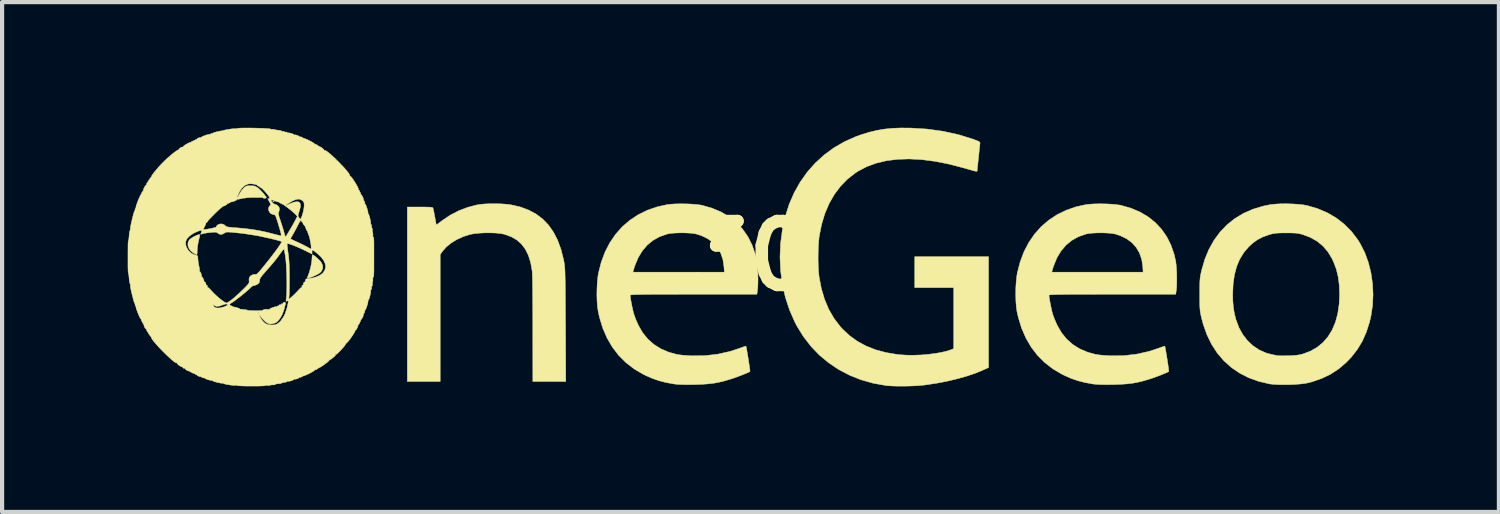
<source format=kicad_pcb>
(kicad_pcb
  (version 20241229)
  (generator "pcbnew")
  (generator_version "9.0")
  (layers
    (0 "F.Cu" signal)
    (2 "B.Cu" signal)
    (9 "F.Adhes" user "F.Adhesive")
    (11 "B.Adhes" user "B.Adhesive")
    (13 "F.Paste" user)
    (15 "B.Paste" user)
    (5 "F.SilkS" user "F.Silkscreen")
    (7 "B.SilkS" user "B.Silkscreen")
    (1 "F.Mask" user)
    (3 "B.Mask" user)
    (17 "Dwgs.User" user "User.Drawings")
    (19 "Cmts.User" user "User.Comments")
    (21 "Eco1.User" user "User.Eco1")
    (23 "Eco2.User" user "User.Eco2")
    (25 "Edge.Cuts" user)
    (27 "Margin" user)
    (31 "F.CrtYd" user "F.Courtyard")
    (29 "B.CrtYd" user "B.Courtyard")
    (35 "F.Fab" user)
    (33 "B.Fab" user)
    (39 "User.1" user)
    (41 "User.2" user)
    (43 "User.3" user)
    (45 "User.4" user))
  (footprint "30"
    (layer "F.Cu")
    (at 14.848 3.063)
    (property "Reference" "30" (at 0 0 0) (layer "F.SilkS") (effects (font (size 1.524 1.524) (thickness 0.3))))
    (attr through_hole)
    (fp_poly (pts (xy -11.35 -1.308) (xy -11.355 -1.3) (xy -11.371 -1.299) (xy -11.388 -1.303) (xy -11.381 -1.309) (xy -11.356 -1.311) (xy -11.35 -1.308)) (stroke (width 0.01) (type solid)) (fill yes) (layer "F.SilkS"))
    (fp_poly (pts (xy -13.125 -0.506) (xy -13.128 -0.488) (xy -13.137 -0.447) (xy -13.151 -0.39) (xy -13.157 -0.366) (xy -13.172 -0.288) (xy -13.184 -0.207) (xy -13.189 -0.139) (xy -13.189 -0.132) (xy -13.19 -0.08) (xy -13.195 -0.044) (xy -13.201 -0.032) (xy -13.221 -0.04) (xy -13.257 -0.059) (xy -13.28 -0.072) (xy -13.346 -0.125) (xy -13.391 -0.189) (xy -13.412 -0.257) (xy -13.409 -0.324) (xy -13.38 -0.383) (xy -13.373 -0.391) (xy -13.34 -0.419) (xy -13.294 -0.449) (xy -13.243 -0.476) (xy -13.194 -0.498) (xy -13.153 -0.511) (xy -13.129 -0.512) (xy -13.125 -0.506)) (stroke (width 0.01) (type solid)) (fill yes) (layer "F.SilkS"))
    (fp_poly (pts (xy -10.414 -0.021) (xy -10.376 0.006) (xy -10.332 0.043) (xy -10.287 0.085) (xy -10.249 0.124) (xy -10.233 0.143) (xy -10.197 0.215) (xy -10.191 0.286) (xy -10.217 0.353) (xy -10.246 0.389) (xy -10.278 0.414) (xy -10.326 0.442) (xy -10.383 0.47) (xy -10.441 0.495) (xy -10.494 0.515) (xy -10.535 0.526) (xy -10.558 0.526) (xy -10.561 0.521) (xy -10.555 0.502) (xy -10.541 0.465) (xy -10.536 0.452) (xy -10.511 0.381) (xy -10.487 0.294) (xy -10.467 0.201) (xy -10.453 0.116) (xy -10.449 0.052) (xy -10.446 0.005) (xy -10.441 -0.025) (xy -10.436 -0.032) (xy -10.414 -0.021)) (stroke (width 0.01) (type solid)) (fill yes) (layer "F.SilkS"))
    (fp_poly (pts (xy -5.94 -1.246) (xy -5.816 -1.238) (xy -5.713 -1.226) (xy -5.704 -1.224) (xy -5.481 -1.174) (xy -5.28 -1.1) (xy -5.1 -1.004) (xy -4.94 -0.883) (xy -4.801 -0.739) (xy -4.683 -0.57) (xy -4.583 -0.376) (xy -4.503 -0.157) (xy -4.442 0.088) (xy -4.435 0.12) (xy -4.429 0.152) (xy -4.424 0.185) (xy -4.42 0.219) (xy -4.416 0.257) (xy -4.412 0.302) (xy -4.409 0.355) (xy -4.407 0.42) (xy -4.405 0.498) (xy -4.403 0.591) (xy -4.401 0.703) (xy -4.4 0.835) (xy -4.399 0.989) (xy -4.398 1.169) (xy -4.397 1.375) (xy -4.396 1.611) (xy -4.395 1.647) (xy -4.389 2.997) (xy -5.176 2.997) (xy -5.177 1.735) (xy -5.177 1.525) (xy -5.178 1.325) (xy -5.179 1.137) (xy -5.18 0.962) (xy -5.181 0.804) (xy -5.183 0.666) (xy -5.185 0.549) (xy -5.188 0.456) (xy -5.19 0.391) (xy -5.192 0.354) (xy -5.193 0.354) (xy -5.228 0.157) (xy -5.282 -0.015) (xy -5.354 -0.161) (xy -5.445 -0.283) (xy -5.556 -0.382) (xy -5.688 -0.459) (xy -5.842 -0.515) (xy -5.874 -0.524) (xy -5.963 -0.54) (xy -6.075 -0.55) (xy -6.201 -0.554) (xy -6.333 -0.553) (xy -6.461 -0.546) (xy -6.577 -0.534) (xy -6.672 -0.516) (xy -6.675 -0.516) (xy -6.837 -0.464) (xy -6.989 -0.395) (xy -7.126 -0.311) (xy -7.242 -0.216) (xy -7.333 -0.113) (xy -7.34 -0.104) (xy -7.388 -0.034) (xy -7.388 2.997) (xy -8.173 2.997) (xy -8.173 -1.17) (xy -7.869 -1.17) (xy -7.763 -1.17) (xy -7.685 -1.169) (xy -7.629 -1.167) (xy -7.593 -1.163) (xy -7.572 -1.158) (xy -7.562 -1.15) (xy -7.558 -1.142) (xy -7.552 -1.115) (xy -7.541 -1.065) (xy -7.528 -0.998) (xy -7.515 -0.928) (xy -7.481 -0.741) (xy -7.334 -0.852) (xy -7.147 -0.977) (xy -6.944 -1.082) (xy -6.732 -1.163) (xy -6.52 -1.219) (xy -6.435 -1.233) (xy -6.332 -1.243) (xy -6.208 -1.248) (xy -6.074 -1.249) (xy -5.94 -1.246)) (stroke (width 0.01) (type solid)) (fill yes) (layer "F.SilkS"))
    (fp_poly (pts (xy 3.841 -3.056) (xy 3.845 -3.056) (xy 4.239 -3.032) (xy 4.62 -2.979) (xy 4.985 -2.899) (xy 5.334 -2.791) (xy 5.376 -2.775) (xy 5.439 -2.751) (xy 5.477 -2.733) (xy 5.496 -2.717) (xy 5.501 -2.7) (xy 5.501 -2.69) (xy 5.498 -2.663) (xy 5.492 -2.609) (xy 5.484 -2.535) (xy 5.475 -2.446) (xy 5.465 -2.353) (xy 5.455 -2.257) (xy 5.446 -2.173) (xy 5.439 -2.104) (xy 5.434 -2.056) (xy 5.433 -2.034) (xy 5.433 -2.034) (xy 5.432 -2.027) (xy 5.426 -2.023) (xy 5.412 -2.022) (xy 5.386 -2.027) (xy 5.344 -2.038) (xy 5.282 -2.055) (xy 5.196 -2.079) (xy 5.109 -2.104) (xy 4.76 -2.195) (xy 4.427 -2.261) (xy 4.11 -2.302) (xy 3.811 -2.318) (xy 3.529 -2.309) (xy 3.266 -2.276) (xy 3.021 -2.217) (xy 2.796 -2.134) (xy 2.59 -2.026) (xy 2.526 -1.985) (xy 2.337 -1.837) (xy 2.17 -1.666) (xy 2.024 -1.472) (xy 1.9 -1.256) (xy 1.798 -1.018) (xy 1.72 -0.761) (xy 1.664 -0.484) (xy 1.659 -0.45) (xy 1.648 -0.34) (xy 1.64 -0.207) (xy 1.636 -0.062) (xy 1.635 0.088) (xy 1.639 0.234) (xy 1.646 0.367) (xy 1.657 0.478) (xy 1.658 0.492) (xy 1.712 0.773) (xy 1.789 1.033) (xy 1.889 1.271) (xy 2.014 1.487) (xy 2.162 1.682) (xy 2.214 1.74) (xy 2.385 1.9) (xy 2.573 2.036) (xy 2.78 2.148) (xy 3.005 2.237) (xy 3.252 2.304) (xy 3.521 2.349) (xy 3.599 2.357) (xy 3.754 2.367) (xy 3.921 2.368) (xy 4.094 2.362) (xy 4.267 2.347) (xy 4.433 2.326) (xy 4.585 2.299) (xy 4.719 2.267) (xy 4.82 2.233) (xy 4.872 2.211) (xy 4.872 0.753) (xy 3.942 0.753) (xy 3.942 0.016) (xy 5.705 0.016) (xy 5.705 2.662) (xy 5.581 2.719) (xy 5.398 2.795) (xy 5.189 2.866) (xy 4.959 2.931) (xy 4.714 2.989) (xy 4.459 3.038) (xy 4.2 3.077) (xy 4.135 3.085) (xy 4.039 3.094) (xy 3.922 3.1) (xy 3.793 3.105) (xy 3.66 3.106) (xy 3.53 3.106) (xy 3.41 3.103) (xy 3.309 3.097) (xy 3.253 3.091) (xy 2.95 3.037) (xy 2.66 2.955) (xy 2.386 2.846) (xy 2.128 2.711) (xy 1.887 2.55) (xy 1.666 2.366) (xy 1.466 2.158) (xy 1.287 1.927) (xy 1.131 1.675) (xy 1.081 1.58) (xy 0.954 1.291) (xy 0.854 0.988) (xy 0.783 0.674) (xy 0.74 0.353) (xy 0.725 0.025) (xy 0.739 -0.304) (xy 0.783 -0.634) (xy 0.851 -0.944) (xy 0.944 -1.236) (xy 1.063 -1.51) (xy 1.207 -1.766) (xy 1.375 -2.003) (xy 1.566 -2.219) (xy 1.779 -2.413) (xy 2.012 -2.584) (xy 2.266 -2.731) (xy 2.537 -2.852) (xy 2.668 -2.899) (xy 2.857 -2.957) (xy 3.038 -3) (xy 3.219 -3.031) (xy 3.409 -3.05) (xy 3.613 -3.058) (xy 3.841 -3.056)) (stroke (width 0.01) (type solid)) (fill yes) (layer "F.SilkS"))
    (fp_poly (pts (xy 12.954 -1.244) (xy 13.09 -1.236) (xy 13.213 -1.223) (xy 13.312 -1.205) (xy 13.317 -1.204) (xy 13.565 -1.131) (xy 13.796 -1.032) (xy 14.008 -0.908) (xy 14.199 -0.759) (xy 14.371 -0.586) (xy 14.52 -0.39) (xy 14.582 -0.289) (xy 14.69 -0.076) (xy 14.774 0.156) (xy 14.835 0.402) (xy 14.872 0.657) (xy 14.885 0.917) (xy 14.873 1.177) (xy 14.835 1.433) (xy 14.8 1.581) (xy 14.724 1.818) (xy 14.629 2.032) (xy 14.512 2.227) (xy 14.371 2.409) (xy 14.24 2.545) (xy 14.063 2.696) (xy 13.871 2.821) (xy 13.661 2.922) (xy 13.431 3.002) (xy 13.317 3.031) (xy 13.235 3.046) (xy 13.129 3.057) (xy 13.007 3.066) (xy 12.876 3.071) (xy 12.744 3.072) (xy 12.619 3.07) (xy 12.508 3.064) (xy 12.42 3.054) (xy 12.412 3.053) (xy 12.155 2.993) (xy 11.918 2.907) (xy 11.699 2.796) (xy 11.501 2.66) (xy 11.323 2.5) (xy 11.166 2.317) (xy 11.032 2.111) (xy 10.92 1.883) (xy 10.831 1.633) (xy 10.791 1.482) (xy 10.776 1.419) (xy 10.765 1.364) (xy 10.757 1.313) (xy 10.752 1.258) (xy 10.748 1.194) (xy 10.747 1.115) (xy 10.746 1.014) (xy 10.746 0.913) (xy 11.534 0.913) (xy 11.538 1.087) (xy 11.552 1.239) (xy 11.576 1.381) (xy 11.612 1.521) (xy 11.613 1.522) (xy 11.683 1.709) (xy 11.776 1.876) (xy 11.889 2.022) (xy 12.022 2.145) (xy 12.171 2.244) (xy 12.335 2.316) (xy 12.476 2.353) (xy 12.533 2.364) (xy 12.581 2.374) (xy 12.604 2.379) (xy 12.631 2.381) (xy 12.683 2.382) (xy 12.754 2.382) (xy 12.836 2.381) (xy 12.86 2.38) (xy 12.975 2.376) (xy 13.066 2.368) (xy 13.142 2.355) (xy 13.204 2.34) (xy 13.387 2.272) (xy 13.549 2.18) (xy 13.69 2.064) (xy 13.811 1.924) (xy 13.91 1.762) (xy 13.988 1.577) (xy 14.043 1.371) (xy 14.076 1.144) (xy 14.086 0.913) (xy 14.078 0.695) (xy 14.052 0.497) (xy 14.008 0.315) (xy 13.943 0.143) (xy 13.907 0.065) (xy 13.809 -0.099) (xy 13.69 -0.237) (xy 13.55 -0.353) (xy 13.389 -0.444) (xy 13.205 -0.513) (xy 13.196 -0.516) (xy 13.143 -0.53) (xy 13.093 -0.54) (xy 13.039 -0.547) (xy 12.973 -0.55) (xy 12.889 -0.552) (xy 12.804 -0.552) (xy 12.702 -0.551) (xy 12.624 -0.549) (xy 12.564 -0.544) (xy 12.512 -0.537) (xy 12.462 -0.526) (xy 12.406 -0.51) (xy 12.396 -0.507) (xy 12.252 -0.455) (xy 12.13 -0.393) (xy 12.019 -0.314) (xy 11.914 -0.218) (xy 11.797 -0.08) (xy 11.702 0.075) (xy 11.629 0.249) (xy 11.577 0.443) (xy 11.545 0.659) (xy 11.534 0.898) (xy 11.534 0.913) (xy 10.746 0.913) (xy 10.746 0.792) (xy 10.747 0.696) (xy 10.749 0.62) (xy 10.753 0.558) (xy 10.759 0.504) (xy 10.767 0.453) (xy 10.779 0.397) (xy 10.791 0.345) (xy 10.866 0.083) (xy 10.965 -0.157) (xy 11.087 -0.376) (xy 11.231 -0.572) (xy 11.397 -0.745) (xy 11.583 -0.894) (xy 11.789 -1.018) (xy 12.015 -1.118) (xy 12.26 -1.192) (xy 12.443 -1.229) (xy 12.549 -1.24) (xy 12.675 -1.247) (xy 12.813 -1.248) (xy 12.954 -1.244)) (stroke (width 0.01) (type solid)) (fill yes) (layer "F.SilkS"))
    (fp_poly (pts (xy -1.499 -1.245) (xy -1.37 -1.239) (xy -1.254 -1.229) (xy -1.158 -1.216) (xy -1.133 -1.211) (xy -0.895 -1.142) (xy -0.679 -1.051) (xy -0.485 -0.936) (xy -0.313 -0.799) (xy -0.165 -0.64) (xy -0.04 -0.461) (xy 0.06 -0.26) (xy 0.136 -0.04) (xy 0.17 0.107) (xy 0.182 0.19) (xy 0.191 0.295) (xy 0.197 0.414) (xy 0.2 0.537) (xy 0.199 0.654) (xy 0.194 0.757) (xy 0.187 0.821) (xy 0.174 0.913) (xy -1.339 0.913) (xy -1.598 0.913) (xy -1.827 0.914) (xy -2.027 0.914) (xy -2.201 0.915) (xy -2.349 0.915) (xy -2.475 0.916) (xy -2.579 0.918) (xy -2.663 0.919) (xy -2.729 0.921) (xy -2.779 0.923) (xy -2.814 0.926) (xy -2.837 0.929) (xy -2.849 0.932) (xy -2.852 0.935) (xy -2.849 0.972) (xy -2.84 1.031) (xy -2.827 1.105) (xy -2.811 1.186) (xy -2.794 1.265) (xy -2.778 1.335) (xy -2.771 1.362) (xy -2.75 1.427) (xy -2.719 1.509) (xy -2.682 1.595) (xy -2.653 1.659) (xy -2.552 1.833) (xy -2.429 1.984) (xy -2.284 2.112) (xy -2.117 2.216) (xy -1.929 2.296) (xy -1.747 2.347) (xy -1.685 2.357) (xy -1.601 2.367) (xy -1.503 2.375) (xy -1.4 2.381) (xy -1.37 2.382) (xy -1.06 2.378) (xy -0.758 2.342) (xy -0.463 2.276) (xy -0.242 2.203) (xy -0.178 2.18) (xy -0.127 2.162) (xy -0.095 2.152) (xy -0.087 2.151) (xy -0.082 2.17) (xy -0.073 2.213) (xy -0.062 2.276) (xy -0.049 2.353) (xy -0.035 2.437) (xy -0.022 2.522) (xy -0.01 2.602) (xy 0.000021 2.671) (xy 0.007 2.723) (xy 0.009 2.752) (xy 0.008 2.756) (xy -0.01 2.768) (xy -0.053 2.788) (xy -0.115 2.814) (xy -0.189 2.844) (xy -0.27 2.875) (xy -0.352 2.905) (xy -0.43 2.931) (xy -0.471 2.944) (xy -0.609 2.984) (xy -0.737 3.015) (xy -0.863 3.038) (xy -0.994 3.053) (xy -1.141 3.063) (xy -1.31 3.069) (xy -1.322 3.069) (xy -1.477 3.071) (xy -1.604 3.069) (xy -1.706 3.065) (xy -1.787 3.057) (xy -1.811 3.054) (xy -1.995 3.02) (xy -2.157 2.979) (xy -2.309 2.927) (xy -2.462 2.861) (xy -2.539 2.824) (xy -2.757 2.696) (xy -2.953 2.545) (xy -3.126 2.372) (xy -3.276 2.177) (xy -3.403 1.96) (xy -3.506 1.723) (xy -3.585 1.465) (xy -3.616 1.322) (xy -3.633 1.208) (xy -3.643 1.072) (xy -3.647 0.922) (xy -3.644 0.768) (xy -3.636 0.62) (xy -3.622 0.485) (xy -3.609 0.404) (xy -3.604 0.385) (xy -2.787 0.385) (xy -0.604 0.385) (xy -0.613 0.252) (xy -0.638 0.083) (xy -0.69 -0.069) (xy -0.768 -0.203) (xy -0.871 -0.318) (xy -0.998 -0.413) (xy -1.149 -0.486) (xy -1.266 -0.524) (xy -1.342 -0.539) (xy -1.441 -0.548) (xy -1.554 -0.553) (xy -1.672 -0.553) (xy -1.786 -0.549) (xy -1.887 -0.54) (xy -1.965 -0.526) (xy -1.971 -0.524) (xy -2.149 -0.462) (xy -2.306 -0.375) (xy -2.444 -0.262) (xy -2.561 -0.125) (xy -2.659 0.037) (xy -2.738 0.225) (xy -2.762 0.3) (xy -2.787 0.385) (xy -3.604 0.385) (xy -3.542 0.143) (xy -3.451 -0.099) (xy -3.336 -0.321) (xy -3.198 -0.522) (xy -3.039 -0.701) (xy -2.858 -0.856) (xy -2.659 -0.988) (xy -2.44 -1.095) (xy -2.203 -1.176) (xy -1.973 -1.227) (xy -1.878 -1.238) (xy -1.761 -1.245) (xy -1.632 -1.247) (xy -1.499 -1.245)) (stroke (width 0.01) (type solid)) (fill yes) (layer "F.SilkS"))
    (fp_poly (pts (xy 8.501 -1.245) (xy 8.63 -1.239) (xy 8.746 -1.229) (xy 8.842 -1.216) (xy 8.867 -1.211) (xy 9.105 -1.142) (xy 9.321 -1.051) (xy 9.515 -0.936) (xy 9.687 -0.799) (xy 9.835 -0.64) (xy 9.96 -0.461) (xy 10.06 -0.26) (xy 10.136 -0.04) (xy 10.17 0.107) (xy 10.182 0.19) (xy 10.191 0.295) (xy 10.197 0.414) (xy 10.199 0.537) (xy 10.198 0.654) (xy 10.194 0.757) (xy 10.187 0.821) (xy 10.174 0.913) (xy 8.66 0.913) (xy 8.401 0.913) (xy 8.173 0.914) (xy 7.972 0.914) (xy 7.799 0.915) (xy 7.65 0.915) (xy 7.525 0.916) (xy 7.421 0.918) (xy 7.337 0.919) (xy 7.271 0.921) (xy 7.221 0.923) (xy 7.185 0.926) (xy 7.162 0.929) (xy 7.15 0.932) (xy 7.147 0.935) (xy 7.151 0.972) (xy 7.16 1.031) (xy 7.173 1.105) (xy 7.189 1.186) (xy 7.206 1.265) (xy 7.222 1.335) (xy 7.229 1.362) (xy 7.25 1.427) (xy 7.281 1.509) (xy 7.318 1.595) (xy 7.347 1.659) (xy 7.448 1.833) (xy 7.571 1.984) (xy 7.716 2.112) (xy 7.882 2.216) (xy 8.07 2.296) (xy 8.253 2.347) (xy 8.315 2.357) (xy 8.399 2.367) (xy 8.497 2.375) (xy 8.6 2.381) (xy 8.63 2.382) (xy 8.94 2.378) (xy 9.242 2.342) (xy 9.536 2.276) (xy 9.758 2.203) (xy 9.822 2.18) (xy 9.873 2.162) (xy 9.905 2.152) (xy 9.913 2.151) (xy 9.918 2.17) (xy 9.927 2.213) (xy 9.938 2.276) (xy 9.951 2.353) (xy 9.965 2.437) (xy 9.978 2.522) (xy 9.99 2.602) (xy 10 2.671) (xy 10.006 2.723) (xy 10.009 2.752) (xy 10.008 2.756) (xy 9.989 2.768) (xy 9.946 2.788) (xy 9.885 2.814) (xy 9.81 2.844) (xy 9.729 2.875) (xy 9.647 2.905) (xy 9.57 2.931) (xy 9.529 2.944) (xy 9.391 2.984) (xy 9.263 3.015) (xy 9.137 3.038) (xy 9.005 3.053) (xy 8.859 3.063) (xy 8.69 3.069) (xy 8.678 3.069) (xy 8.523 3.071) (xy 8.396 3.069) (xy 8.294 3.065) (xy 8.213 3.057) (xy 8.189 3.054) (xy 8.005 3.02) (xy 7.843 2.979) (xy 7.69 2.927) (xy 7.538 2.861) (xy 7.461 2.824) (xy 7.243 2.696) (xy 7.047 2.545) (xy 6.874 2.372) (xy 6.724 2.177) (xy 6.597 1.96) (xy 6.494 1.723) (xy 6.415 1.465) (xy 6.383 1.322) (xy 6.367 1.208) (xy 6.357 1.072) (xy 6.353 0.922) (xy 6.355 0.768) (xy 6.364 0.62) (xy 6.378 0.485) (xy 6.391 0.404) (xy 6.396 0.385) (xy 7.213 0.385) (xy 9.395 0.385) (xy 9.387 0.252) (xy 9.362 0.083) (xy 9.31 -0.069) (xy 9.232 -0.203) (xy 9.129 -0.318) (xy 9.001 -0.413) (xy 8.85 -0.486) (xy 8.734 -0.524) (xy 8.657 -0.539) (xy 8.558 -0.548) (xy 8.445 -0.553) (xy 8.328 -0.553) (xy 8.214 -0.549) (xy 8.113 -0.54) (xy 8.034 -0.526) (xy 8.029 -0.524) (xy 7.851 -0.462) (xy 7.694 -0.375) (xy 7.556 -0.262) (xy 7.438 -0.125) (xy 7.34 0.037) (xy 7.262 0.225) (xy 7.238 0.3) (xy 7.213 0.385) (xy 6.396 0.385) (xy 6.458 0.143) (xy 6.549 -0.099) (xy 6.664 -0.321) (xy 6.802 -0.522) (xy 6.961 -0.701) (xy 7.141 -0.856) (xy 7.341 -0.988) (xy 7.56 -1.095) (xy 7.796 -1.176) (xy 8.027 -1.227) (xy 8.122 -1.238) (xy 8.239 -1.245) (xy 8.367 -1.247) (xy 8.501 -1.245)) (stroke (width 0.01) (type solid)) (fill yes) (layer "F.SilkS"))
    (fp_poly (pts (xy -11.93 -3.057) (xy -11.832 -3.055) (xy -11.734 -3.053) (xy -11.642 -3.05) (xy -11.561 -3.046) (xy -11.497 -3.042) (xy -11.454 -3.037) (xy -11.439 -3.033) (xy -11.411 -3.022) (xy -11.4 -3.024) (xy -11.367 -3.025) (xy -11.35 -3.021) (xy -11.317 -3.012) (xy -11.268 -3.005) (xy -11.25 -3.003) (xy -11.206 -2.997) (xy -11.177 -2.987) (xy -11.173 -2.983) (xy -11.156 -2.974) (xy -11.137 -2.976) (xy -11.112 -2.976) (xy -11.105 -2.968) (xy -11.093 -2.958) (xy -11.073 -2.96) (xy -11.047 -2.959) (xy -11.041 -2.95) (xy -11.033 -2.937) (xy -11.028 -2.939) (xy -11.005 -2.941) (xy -10.967 -2.934) (xy -10.925 -2.922) (xy -10.893 -2.909) (xy -10.881 -2.898) (xy -10.871 -2.889) (xy -10.867 -2.891) (xy -10.843 -2.893) (xy -10.808 -2.884) (xy -10.773 -2.87) (xy -10.754 -2.855) (xy -10.753 -2.851) (xy -10.741 -2.844) (xy -10.731 -2.846) (xy -10.702 -2.843) (xy -10.687 -2.833) (xy -10.652 -2.813) (xy -10.633 -2.807) (xy -10.6 -2.796) (xy -10.552 -2.776) (xy -10.499 -2.749) (xy -10.448 -2.722) (xy -10.408 -2.697) (xy -10.386 -2.679) (xy -10.384 -2.675) (xy -10.375 -2.666) (xy -10.369 -2.668) (xy -10.347 -2.665) (xy -10.324 -2.649) (xy -10.292 -2.625) (xy -10.272 -2.615) (xy -10.241 -2.602) (xy -10.205 -2.577) (xy -10.174 -2.551) (xy -10.16 -2.531) (xy -10.16 -2.53) (xy -10.151 -2.521) (xy -10.147 -2.522) (xy -10.125 -2.518) (xy -10.086 -2.494) (xy -10.033 -2.452) (xy -9.97 -2.397) (xy -9.901 -2.333) (xy -9.829 -2.262) (xy -9.758 -2.19) (xy -9.691 -2.119) (xy -9.633 -2.053) (xy -9.587 -1.996) (xy -9.556 -1.951) (xy -9.545 -1.922) (xy -9.546 -1.917) (xy -9.548 -1.907) (xy -9.543 -1.911) (xy -9.528 -1.905) (xy -9.503 -1.877) (xy -9.47 -1.832) (xy -9.434 -1.778) (xy -9.399 -1.721) (xy -9.368 -1.666) (xy -9.346 -1.62) (xy -9.336 -1.59) (xy -9.337 -1.581) (xy -9.335 -1.572) (xy -9.327 -1.57) (xy -9.313 -1.565) (xy -9.315 -1.561) (xy -9.314 -1.543) (xy -9.302 -1.527) (xy -9.287 -1.502) (xy -9.287 -1.489) (xy -9.287 -1.475) (xy -9.283 -1.474) (xy -9.268 -1.461) (xy -9.249 -1.431) (xy -9.231 -1.394) (xy -9.22 -1.363) (xy -9.221 -1.35) (xy -9.218 -1.334) (xy -9.205 -1.318) (xy -9.189 -1.289) (xy -9.189 -1.272) (xy -9.189 -1.253) (xy -9.184 -1.25) (xy -9.173 -1.236) (xy -9.156 -1.2) (xy -9.139 -1.152) (xy -9.124 -1.101) (xy -9.113 -1.057) (xy -9.11 -1.029) (xy -9.111 -1.024) (xy -9.11 -1.011) (xy -9.105 -1.01) (xy -9.095 -0.995) (xy -9.081 -0.959) (xy -9.068 -0.909) (xy -9.056 -0.856) (xy -9.047 -0.808) (xy -9.045 -0.775) (xy -9.047 -0.768) (xy -9.044 -0.754) (xy -9.037 -0.753) (xy -9.025 -0.74) (xy -9.026 -0.713) (xy -9.027 -0.683) (xy -9.019 -0.673) (xy -9.009 -0.659) (xy -9.007 -0.629) (xy -9.006 -0.585) (xy -8.999 -0.557) (xy -8.992 -0.517) (xy -8.995 -0.497) (xy -8.995 -0.467) (xy -8.988 -0.455) (xy -8.983 -0.451) (xy -8.979 -0.442) (xy -8.975 -0.426) (xy -8.973 -0.398) (xy -8.971 -0.356) (xy -8.97 -0.295) (xy -8.97 -0.213) (xy -8.97 -0.106) (xy -8.97 0.024) (xy -8.97 0.159) (xy -8.97 0.265) (xy -8.97 0.346) (xy -8.972 0.406) (xy -8.973 0.448) (xy -8.975 0.475) (xy -8.979 0.491) (xy -8.983 0.499) (xy -8.988 0.503) (xy -8.997 0.525) (xy -8.995 0.545) (xy -8.994 0.585) (xy -8.999 0.605) (xy -9.007 0.642) (xy -9.007 0.677) (xy -9.009 0.709) (xy -9.019 0.721) (xy -9.027 0.734) (xy -9.026 0.761) (xy -9.026 0.793) (xy -9.037 0.801) (xy -9.049 0.81) (xy -9.047 0.816) (xy -9.045 0.839) (xy -9.05 0.881) (xy -9.061 0.933) (xy -9.074 0.986) (xy -9.088 1.029) (xy -9.1 1.055) (xy -9.105 1.058) (xy -9.113 1.067) (xy -9.111 1.073) (xy -9.111 1.094) (xy -9.12 1.135) (xy -9.134 1.185) (xy -9.151 1.234) (xy -9.168 1.275) (xy -9.181 1.297) (xy -9.184 1.298) (xy -9.191 1.31) (xy -9.189 1.32) (xy -9.192 1.348) (xy -9.205 1.366) (xy -9.221 1.389) (xy -9.221 1.398) (xy -9.222 1.417) (xy -9.234 1.45) (xy -9.253 1.487) (xy -9.272 1.514) (xy -9.283 1.522) (xy -9.29 1.532) (xy -9.287 1.537) (xy -9.29 1.559) (xy -9.302 1.575) (xy -9.317 1.598) (xy -9.315 1.609) (xy -9.318 1.618) (xy -9.325 1.619) (xy -9.337 1.628) (xy -9.335 1.635) (xy -9.337 1.649) (xy -9.344 1.651) (xy -9.356 1.657) (xy -9.354 1.661) (xy -9.354 1.68) (xy -9.366 1.712) (xy -9.384 1.744) (xy -9.401 1.762) (xy -9.405 1.763) (xy -9.416 1.776) (xy -9.417 1.784) (xy -9.427 1.808) (xy -9.451 1.85) (xy -9.485 1.903) (xy -9.524 1.959) (xy -9.564 2.012) (xy -9.598 2.053) (xy -9.622 2.077) (xy -9.645 2.097) (xy -9.65 2.109) (xy -9.657 2.125) (xy -9.681 2.157) (xy -9.717 2.199) (xy -9.759 2.245) (xy -9.801 2.288) (xy -9.838 2.324) (xy -9.863 2.345) (xy -9.872 2.348) (xy -9.891 2.351) (xy -9.897 2.358) (xy -9.899 2.369) (xy -9.886 2.364) (xy -9.885 2.367) (xy -9.904 2.387) (xy -9.936 2.416) (xy -9.975 2.449) (xy -10.006 2.47) (xy -10.018 2.474) (xy -10.032 2.481) (xy -10.037 2.49) (xy -10.054 2.51) (xy -10.089 2.541) (xy -10.136 2.577) (xy -10.187 2.613) (xy -10.232 2.643) (xy -10.265 2.661) (xy -10.271 2.663) (xy -10.3 2.678) (xy -10.324 2.697) (xy -10.351 2.715) (xy -10.369 2.716) (xy -10.383 2.718) (xy -10.384 2.723) (xy -10.398 2.737) (xy -10.432 2.76) (xy -10.48 2.788) (xy -10.533 2.815) (xy -10.584 2.838) (xy -10.623 2.853) (xy -10.633 2.855) (xy -10.672 2.87) (xy -10.687 2.881) (xy -10.716 2.895) (xy -10.731 2.894) (xy -10.75 2.894) (xy -10.753 2.9) (xy -10.767 2.914) (xy -10.798 2.929) (xy -10.835 2.939) (xy -10.863 2.941) (xy -10.867 2.939) (xy -10.88 2.941) (xy -10.881 2.945) (xy -10.895 2.958) (xy -10.928 2.973) (xy -10.969 2.985) (xy -11.006 2.991) (xy -11.024 2.989) (xy -11.042 2.992) (xy -11.044 2.996) (xy -11.062 3.008) (xy -11.099 3.016) (xy -11.105 3.016) (xy -11.146 3.023) (xy -11.17 3.032) (xy -11.171 3.033) (xy -11.191 3.042) (xy -11.232 3.048) (xy -11.255 3.049) (xy -11.299 3.054) (xy -11.326 3.062) (xy -11.33 3.066) (xy -11.344 3.075) (xy -11.374 3.076) (xy -11.418 3.077) (xy -11.446 3.084) (xy -11.484 3.091) (xy -11.515 3.089) (xy -11.548 3.087) (xy -11.563 3.093) (xy -11.58 3.098) (xy -11.624 3.101) (xy -11.689 3.103) (xy -11.768 3.105) (xy -11.855 3.105) (xy -11.946 3.105) (xy -12.033 3.104) (xy -12.112 3.102) (xy -12.176 3.099) (xy -12.219 3.096) (xy -12.236 3.092) (xy -12.256 3.085) (xy -12.268 3.087) (xy -12.294 3.09) (xy -12.34 3.087) (xy -12.397 3.08) (xy -12.456 3.071) (xy -12.51 3.061) (xy -12.548 3.05) (xy -12.564 3.042) (xy -12.564 3.041) (xy -12.574 3.034) (xy -12.579 3.036) (xy -12.602 3.038) (xy -12.643 3.032) (xy -12.695 3.021) (xy -12.748 3.008) (xy -12.791 2.994) (xy -12.817 2.982) (xy -12.82 2.977) (xy -12.83 2.969) (xy -12.834 2.971) (xy -12.855 2.971) (xy -12.894 2.963) (xy -12.94 2.949) (xy -12.981 2.934) (xy -13.008 2.92) (xy -13.012 2.914) (xy -13.024 2.908) (xy -13.034 2.91) (xy -13.062 2.907) (xy -13.081 2.894) (xy -13.103 2.878) (xy -13.113 2.878) (xy -13.132 2.878) (xy -13.163 2.866) (xy -13.192 2.849) (xy -13.205 2.833) (xy -13.205 2.833) (xy -13.215 2.826) (xy -13.221 2.828) (xy -13.236 2.827) (xy -13.237 2.82) (xy -13.247 2.81) (xy -13.253 2.812) (xy -13.268 2.811) (xy -13.269 2.804) (xy -13.278 2.794) (xy -13.284 2.796) (xy -13.305 2.793) (xy -13.322 2.781) (xy -13.345 2.766) (xy -13.355 2.768) (xy -13.364 2.765) (xy -13.365 2.756) (xy -13.371 2.743) (xy -13.375 2.745) (xy -13.395 2.746) (xy -13.427 2.733) (xy -13.458 2.714) (xy -13.476 2.696) (xy -13.477 2.692) (xy -13.486 2.678) (xy -13.489 2.678) (xy -13.523 2.678) (xy -13.534 2.665) (xy -13.532 2.658) (xy -13.53 2.647) (xy -13.536 2.649) (xy -13.558 2.647) (xy -13.593 2.63) (xy -13.63 2.605) (xy -13.649 2.588) (xy -13.637 2.588) (xy -13.629 2.596) (xy -13.621 2.588) (xy -13.629 2.58) (xy -13.637 2.588) (xy -13.649 2.588) (xy -13.659 2.579) (xy -13.663 2.572) (xy -10.16 2.572) (xy -10.152 2.58) (xy -10.144 2.572) (xy -10.152 2.564) (xy -10.16 2.572) (xy -13.663 2.572) (xy -13.67 2.561) (xy -13.676 2.55) (xy -13.68 2.553) (xy -13.699 2.55) (xy -13.735 2.527) (xy -13.739 2.524) (xy -10.096 2.524) (xy -10.088 2.532) (xy -10.08 2.524) (xy -10.088 2.516) (xy -10.096 2.524) (xy -13.739 2.524) (xy -13.785 2.487) (xy -13.846 2.433) (xy -13.852 2.428) (xy -13.846 2.428) (xy -13.838 2.436) (xy -13.83 2.428) (xy -13.838 2.42) (xy -13.846 2.428) (xy -13.852 2.428) (xy -13.914 2.37) (xy -13.985 2.3) (xy -14.042 2.242) (xy -9.771 2.242) (xy -9.769 2.244) (xy -9.755 2.232) (xy -9.751 2.228) (xy -9.747 2.213) (xy -9.749 2.211) (xy -9.764 2.223) (xy -9.767 2.228) (xy -9.771 2.242) (xy -14.042 2.242) (xy -14.056 2.228) (xy -14.124 2.156) (xy -14.124 2.155) (xy -14.118 2.155) (xy -14.11 2.163) (xy -14.102 2.155) (xy -14.11 2.147) (xy -14.118 2.155) (xy -14.124 2.155) (xy -14.184 2.089) (xy -14.208 2.059) (xy -14.198 2.059) (xy -14.19 2.067) (xy -14.182 2.059) (xy -14.19 2.051) (xy -14.198 2.059) (xy -14.208 2.059) (xy -14.233 2.03) (xy -14.259 1.995) (xy -14.246 1.995) (xy -14.238 2.003) (xy -14.23 1.995) (xy -14.238 1.987) (xy -14.246 1.995) (xy -14.259 1.995) (xy -14.268 1.982) (xy -14.286 1.949) (xy -14.286 1.938) (xy -14.292 1.923) (xy -14.304 1.917) (xy -14.321 1.902) (xy -14.32 1.893) (xy -14.324 1.876) (xy -14.337 1.868) (xy -14.355 1.856) (xy -14.354 1.849) (xy -14.358 1.833) (xy -14.377 1.809) (xy -14.396 1.781) (xy -14.398 1.762) (xy -14.4 1.748) (xy -14.405 1.747) (xy -14.423 1.734) (xy -14.443 1.705) (xy -14.458 1.672) (xy -14.461 1.648) (xy -14.459 1.645) (xy -14.462 1.635) (xy -14.469 1.635) (xy -14.481 1.625) (xy -14.479 1.619) (xy -14.481 1.604) (xy -14.487 1.603) (xy -14.497 1.593) (xy -14.495 1.586) (xy -14.497 1.572) (xy -14.503 1.57) (xy -14.513 1.561) (xy -14.511 1.554) (xy -14.513 1.54) (xy -14.519 1.538) (xy -14.529 1.529) (xy -14.527 1.522) (xy -14.527 1.508) (xy -14.532 1.506) (xy -14.545 1.492) (xy -14.564 1.456) (xy -14.587 1.405) (xy -14.605 1.362) (xy -11.73 1.362) (xy -11.725 1.375) (xy -11.72 1.373) (xy -11.718 1.354) (xy -11.72 1.351) (xy -11.729 1.354) (xy -11.73 1.362) (xy -14.605 1.362) (xy -14.611 1.346) (xy -14.626 1.306) (xy -12.019 1.306) (xy -12.011 1.314) (xy -12.003 1.306) (xy -12.011 1.298) (xy -12.019 1.306) (xy -14.626 1.306) (xy -14.632 1.29) (xy -12.115 1.29) (xy -12.107 1.298) (xy -12.099 1.29) (xy -12.107 1.282) (xy -12.115 1.29) (xy -14.632 1.29) (xy -14.633 1.289) (xy -14.648 1.24) (xy -14.655 1.208) (xy -14.654 1.201) (xy -14.657 1.187) (xy -14.664 1.186) (xy -14.675 1.174) (xy -14.674 1.165) (xy -12.803 1.165) (xy -12.791 1.207) (xy -12.755 1.233) (xy -12.699 1.242) (xy -12.627 1.235) (xy -12.543 1.21) (xy -12.518 1.2) (xy -12.476 1.18) (xy -12.459 1.167) (xy -12.463 1.159) (xy -12.419 1.159) (xy -12.41 1.169) (xy -12.403 1.17) (xy -12.393 1.18) (xy -12.395 1.186) (xy -12.393 1.195) (xy -12.38 1.192) (xy -12.359 1.191) (xy -12.355 1.198) (xy -12.343 1.212) (xy -12.335 1.213) (xy -12.307 1.216) (xy -12.265 1.225) (xy -12.222 1.238) (xy -12.187 1.252) (xy -12.17 1.262) (xy -12.17 1.264) (xy -12.159 1.27) (xy -12.124 1.275) (xy -12.087 1.277) (xy -12.036 1.281) (xy -12 1.288) (xy -11.988 1.293) (xy -11.97 1.298) (xy -11.93 1.302) (xy -11.874 1.304) (xy -11.81 1.306) (xy -11.746 1.306) (xy -11.69 1.304) (xy -11.648 1.302) (xy -11.628 1.298) (xy -11.628 1.296) (xy -11.622 1.29) (xy -11.538 1.29) (xy -11.53 1.298) (xy -11.522 1.29) (xy -11.53 1.282) (xy -11.538 1.29) (xy -11.622 1.29) (xy -11.619 1.287) (xy -11.589 1.279) (xy -11.549 1.274) (xy -11.509 1.273) (xy -11.479 1.277) (xy -11.479 1.277) (xy -11.461 1.28) (xy -11.463 1.273) (xy -11.457 1.261) (xy -11.429 1.246) (xy -11.389 1.23) (xy -11.347 1.216) (xy -11.312 1.209) (xy -11.296 1.211) (xy -11.283 1.208) (xy -11.282 1.201) (xy -11.27 1.19) (xy -11.257 1.192) (xy -11.24 1.194) (xy -11.241 1.187) (xy -11.237 1.172) (xy -11.215 1.161) (xy -11.189 1.161) (xy -11.182 1.164) (xy -11.172 1.165) (xy -11.178 1.154) (xy -11.181 1.139) (xy -11.163 1.143) (xy -11.145 1.145) (xy -11.145 1.138) (xy -11.141 1.12) (xy -11.124 1.107) (xy -11.097 1.099) (xy -11.083 1.115) (xy -11.079 1.145) (xy -11.082 1.155) (xy -11.093 1.181) (xy -11.099 1.206) (xy -11.112 1.259) (xy -11.119 1.287) (xy -11.122 1.294) (xy -11.129 1.311) (xy -11.13 1.314) (xy -11.137 1.337) (xy -11.138 1.338) (xy -11.145 1.358) (xy -11.164 1.405) (xy -11.196 1.463) (xy -11.235 1.518) (xy -11.262 1.549) (xy -11.292 1.579) (xy -11.311 1.594) (xy -11.314 1.595) (xy -11.327 1.596) (xy -11.359 1.607) (xy -11.367 1.611) (xy -11.432 1.625) (xy -11.496 1.612) (xy -11.561 1.571) (xy -11.63 1.501) (xy -11.675 1.443) (xy -11.702 1.408) (xy -11.713 1.4) (xy -11.707 1.418) (xy -11.686 1.461) (xy -11.681 1.47) (xy -11.627 1.552) (xy -11.569 1.607) (xy -11.502 1.637) (xy -11.42 1.647) (xy -11.413 1.647) (xy -11.356 1.643) (xy -11.307 1.634) (xy -11.287 1.625) (xy -11.243 1.594) (xy -11.204 1.558) (xy -11.177 1.526) (xy -11.17 1.509) (xy -11.161 1.491) (xy -11.157 1.49) (xy -11.144 1.477) (xy -11.125 1.445) (xy -11.104 1.404) (xy -11.087 1.365) (xy -11.08 1.342) (xy -11.073 1.322) (xy -11.066 1.301) (xy -11.065 1.298) (xy -11.059 1.279) (xy -11.058 1.278) (xy -11.052 1.261) (xy -11.049 1.25) (xy -11.041 1.216) (xy -11.034 1.186) (xy -11.023 1.137) (xy -11.017 1.102) (xy -11.015 1.071) (xy -11.026 1.067) (xy -11.042 1.074) (xy -11.06 1.082) (xy -11.068 1.076) (xy -11.068 1.051) (xy -11.062 1.001) (xy -11.062 0.998) (xy -11.055 0.925) (xy -11.051 0.827) (xy -11.05 0.71) (xy -11.05 0.583) (xy -11.053 0.452) (xy -11.058 0.323) (xy -11.064 0.205) (xy -11.073 0.103) (xy -11.079 0.05) (xy -11.09 -0.027) (xy -11.101 -0.093) (xy -11.109 -0.14) (xy -11.115 -0.163) (xy -11.116 -0.164) (xy -11.128 -0.158) (xy -11.154 -0.131) (xy -11.188 -0.087) (xy -11.207 -0.06) (xy -11.262 0.016) (xy -11.318 0.09) (xy -11.381 0.167) (xy -11.455 0.254) (xy -11.545 0.356) (xy -11.566 0.38) (xy -11.633 0.457) (xy -11.676 0.515) (xy -11.696 0.554) (xy -11.698 0.567) (xy -11.702 0.609) (xy -11.708 0.632) (xy -11.732 0.66) (xy -11.773 0.686) (xy -11.819 0.703) (xy -11.839 0.705) (xy -11.868 0.716) (xy -11.904 0.744) (xy -11.916 0.755) (xy -11.953 0.791) (xy -12.009 0.84) (xy -12.076 0.896) (xy -12.149 0.956) (xy -12.222 1.012) (xy -12.287 1.062) (xy -12.338 1.098) (xy -12.359 1.111) (xy -12.401 1.139) (xy -12.419 1.159) (xy -12.463 1.159) (xy -12.465 1.156) (xy -12.473 1.151) (xy -12.502 1.145) (xy -12.543 1.154) (xy -12.58 1.168) (xy -12.658 1.195) (xy -12.721 1.202) (xy -12.767 1.19) (xy -12.788 1.166) (xy -12.802 1.13) (xy -12.803 1.165) (xy -14.674 1.165) (xy -14.673 1.162) (xy -14.672 1.141) (xy -14.678 1.138) (xy -14.687 1.123) (xy -14.701 1.084) (xy -14.717 1.027) (xy -14.735 0.959) (xy -14.752 0.888) (xy -14.768 0.819) (xy -14.78 0.759) (xy -14.786 0.716) (xy -14.786 0.698) (xy -14.788 0.669) (xy -14.793 0.661) (xy -14.802 0.638) (xy -14.81 0.593) (xy -14.815 0.539) (xy -14.82 0.483) (xy -14.825 0.439) (xy -14.831 0.418) (xy -14.835 0.403) (xy -14.839 0.373) (xy -14.841 0.325) (xy -14.843 0.256) (xy -14.843 0.161) (xy -14.843 0.038) (xy -14.843 0.024) (xy -14.843 -0.095) (xy -14.842 -0.187) (xy -14.842 -0.254) (xy -14.841 -0.279) (xy -13.466 -0.279) (xy -13.445 -0.207) (xy -13.405 -0.139) (xy -13.348 -0.081) (xy -13.277 -0.039) (xy -13.223 -0.022) (xy -13.192 -0.014) (xy -13.178 0.002) (xy -13.173 0.036) (xy -13.173 0.062) (xy -13.168 0.119) (xy -13.158 0.189) (xy -13.148 0.238) (xy -13.137 0.292) (xy -13.132 0.334) (xy -13.134 0.354) (xy -13.133 0.368) (xy -13.129 0.369) (xy -13.114 0.382) (xy -13.099 0.414) (xy -13.088 0.451) (xy -13.086 0.48) (xy -13.088 0.486) (xy -13.088 0.495) (xy -13.082 0.492) (xy -13.069 0.5) (xy -13.052 0.527) (xy -13.036 0.563) (xy -13.026 0.597) (xy -13.026 0.614) (xy -13.019 0.62) (xy -13.014 0.618) (xy -13 0.624) (xy -12.985 0.648) (xy -12.977 0.678) (xy -12.978 0.694) (xy -12.971 0.7) (xy -12.965 0.697) (xy -12.95 0.7) (xy -12.945 0.726) (xy -12.946 0.741) (xy -12.938 0.75) (xy -12.935 0.749) (xy -12.918 0.758) (xy -12.888 0.786) (xy -12.851 0.827) (xy -12.795 0.887) (xy -12.731 0.948) (xy -12.664 1.006) (xy -12.6 1.057) (xy -12.545 1.095) (xy -12.503 1.117) (xy -12.489 1.121) (xy -12.468 1.112) (xy -12.43 1.089) (xy -12.381 1.055) (xy -12.369 1.046) (xy -12.318 1.005) (xy -12.253 0.948) (xy -12.182 0.883) (xy -12.112 0.816) (xy -12.105 0.809) (xy -12.04 0.744) (xy -11.995 0.697) (xy -11.967 0.663) (xy -11.953 0.638) (xy -11.949 0.617) (xy -11.95 0.605) (xy -11.953 0.556) (xy -11.948 0.521) (xy -11.925 0.483) (xy -11.882 0.453) (xy -11.833 0.438) (xy -11.804 0.439) (xy -11.786 0.439) (xy -11.764 0.428) (xy -11.735 0.401) (xy -11.694 0.357) (xy -11.64 0.292) (xy -11.547 0.177) (xy -11.459 0.067) (xy -11.38 -0.036) (xy -11.31 -0.129) (xy -11.253 -0.208) (xy -11.209 -0.273) (xy -11.205 -0.28) (xy -11.042 -0.28) (xy -11.039 -0.237) (xy -11.033 -0.174) (xy -11.022 -0.099) (xy -11.02 -0.085) (xy -11.009 -0.002) (xy -11 0.085) (xy -10.994 0.18) (xy -10.99 0.291) (xy -10.988 0.423) (xy -10.987 0.521) (xy -10.987 0.634) (xy -10.988 0.739) (xy -10.99 0.831) (xy -10.992 0.904) (xy -10.995 0.955) (xy -10.997 0.974) (xy -11.002 1.009) (xy -11 1.025) (xy -10.999 1.026) (xy -10.983 1.016) (xy -10.951 0.99) (xy -10.916 0.96) (xy -10.862 0.909) (xy -10.805 0.85) (xy -10.775 0.817) (xy -10.739 0.779) (xy -10.711 0.755) (xy -10.697 0.75) (xy -10.689 0.75) (xy -10.689 0.745) (xy -10.691 0.711) (xy -10.681 0.695) (xy -10.672 0.697) (xy -10.66 0.699) (xy -10.66 0.694) (xy -10.658 0.667) (xy -10.647 0.638) (xy -10.632 0.619) (xy -10.623 0.618) (xy -10.611 0.618) (xy -10.611 0.614) (xy -10.61 0.59) (xy -10.604 0.569) (xy -10.59 0.548) (xy -10.56 0.538) (xy -10.516 0.534) (xy -10.428 0.522) (xy -10.337 0.494) (xy -10.255 0.456) (xy -10.195 0.411) (xy -10.144 0.341) (xy -10.124 0.264) (xy -10.134 0.183) (xy -10.174 0.098) (xy -10.244 0.01) (xy -10.328 -0.066) (xy -10.375 -0.103) (xy -10.413 -0.131) (xy -10.434 -0.144) (xy -10.436 -0.144) (xy -10.445 -0.13) (xy -10.448 -0.097) (xy -10.448 -0.096) (xy -10.448 -0.048) (xy -10.611 -0.129) (xy -10.692 -0.168) (xy -10.776 -0.206) (xy -10.857 -0.24) (xy -10.93 -0.268) (xy -10.988 -0.288) (xy -11.027 -0.298) (xy -11.04 -0.297) (xy -11.042 -0.28) (xy -11.205 -0.28) (xy -11.182 -0.318) (xy -11.173 -0.343) (xy -11.173 -0.346) (xy -11.191 -0.352) (xy -11.235 -0.365) (xy -11.298 -0.383) (xy -11.376 -0.403) (xy -11.412 -0.412) (xy -10.961 -0.412) (xy -10.948 -0.403) (xy -10.911 -0.385) (xy -10.857 -0.359) (xy -10.812 -0.339) (xy -10.755 -0.313) (xy -10.691 -0.282) (xy -10.625 -0.249) (xy -10.564 -0.217) (xy -10.514 -0.189) (xy -10.482 -0.17) (xy -10.472 -0.162) (xy -10.471 -0.174) (xy -10.469 -0.204) (xy -10.471 -0.245) (xy -10.478 -0.301) (xy -10.485 -0.337) (xy -10.495 -0.388) (xy -10.503 -0.427) (xy -10.506 -0.441) (xy -10.513 -0.465) (xy -10.529 -0.504) (xy -10.533 -0.513) (xy -10.547 -0.552) (xy -10.551 -0.578) (xy -10.55 -0.581) (xy -10.553 -0.593) (xy -10.556 -0.593) (xy -10.566 -0.599) (xy -10.578 -0.619) (xy -10.595 -0.661) (xy -10.612 -0.705) (xy -10.624 -0.722) (xy -10.643 -0.744) (xy -10.662 -0.77) (xy -10.664 -0.786) (xy -10.67 -0.801) (xy -10.682 -0.807) (xy -10.699 -0.823) (xy -10.698 -0.832) (xy -10.701 -0.849) (xy -10.708 -0.853) (xy -10.724 -0.843) (xy -10.748 -0.809) (xy -10.776 -0.757) (xy -10.78 -0.749) (xy -10.816 -0.677) (xy -10.86 -0.595) (xy -10.897 -0.529) (xy -10.927 -0.477) (xy -10.95 -0.436) (xy -10.961 -0.414) (xy -10.961 -0.412) (xy -11.412 -0.412) (xy -11.428 -0.416) (xy -11.747 -0.485) (xy -12.08 -0.537) (xy -12.305 -0.561) (xy -12.387 -0.568) (xy -12.445 -0.572) (xy -12.483 -0.571) (xy -12.508 -0.566) (xy -12.528 -0.556) (xy -12.542 -0.546) (xy -12.598 -0.517) (xy -12.653 -0.52) (xy -12.697 -0.545) (xy -12.718 -0.56) (xy -12.74 -0.568) (xy -12.771 -0.57) (xy -12.818 -0.568) (xy -12.889 -0.56) (xy -12.894 -0.56) (xy -12.965 -0.551) (xy -13.027 -0.54) (xy -13.07 -0.53) (xy -13.082 -0.526) (xy -13.104 -0.517) (xy -13.105 -0.529) (xy -13.101 -0.539) (xy -13.084 -0.584) (xy -13.081 -0.608) (xy -13.097 -0.613) (xy -13.136 -0.603) (xy -13.172 -0.591) (xy -13.272 -0.546) (xy -13.361 -0.487) (xy -13.429 -0.42) (xy -13.434 -0.413) (xy -13.463 -0.35) (xy -13.466 -0.279) (xy -14.841 -0.279) (xy -14.841 -0.301) (xy -14.839 -0.332) (xy -14.837 -0.351) (xy -14.834 -0.362) (xy -14.831 -0.369) (xy -14.825 -0.392) (xy -14.819 -0.438) (xy -14.815 -0.491) (xy -14.81 -0.548) (xy -14.802 -0.592) (xy -14.793 -0.613) (xy -14.786 -0.633) (xy -13.042 -0.633) (xy -13.022 -0.632) (xy -12.981 -0.637) (xy -12.926 -0.646) (xy -12.866 -0.657) (xy -12.81 -0.67) (xy -12.766 -0.681) (xy -12.743 -0.69) (xy -12.742 -0.692) (xy -12.712 -0.736) (xy -12.663 -0.762) (xy -12.608 -0.768) (xy -12.554 -0.752) (xy -12.526 -0.731) (xy -12.51 -0.715) (xy -12.49 -0.704) (xy -12.46 -0.695) (xy -12.416 -0.688) (xy -12.351 -0.682) (xy -12.259 -0.675) (xy -12.257 -0.675) (xy -12.055 -0.657) (xy -11.875 -0.634) (xy -11.706 -0.606) (xy -11.538 -0.57) (xy -11.442 -0.546) (xy -11.359 -0.524) (xy -11.287 -0.506) (xy -11.231 -0.492) (xy -11.197 -0.484) (xy -11.191 -0.483) (xy -11.184 -0.494) (xy -11.188 -0.532) (xy -11.205 -0.597) (xy -11.226 -0.671) (xy -11.252 -0.757) (xy -11.277 -0.84) (xy -11.28 -0.849) (xy -11.301 -0.914) (xy -11.317 -0.955) (xy -11.332 -0.977) (xy -11.35 -0.987) (xy -11.374 -0.991) (xy -11.425 -1.008) (xy -11.463 -1.046) (xy -11.485 -1.094) (xy -11.488 -1.144) (xy -11.468 -1.188) (xy -11.458 -1.197) (xy -11.441 -1.215) (xy -11.436 -1.231) (xy -11.446 -1.257) (xy -11.466 -1.295) (xy -11.48 -1.32) (xy -11.422 -1.32) (xy -11.406 -1.29) (xy -11.379 -1.261) (xy -11.35 -1.243) (xy -11.348 -1.242) (xy -11.28 -1.214) (xy -11.238 -1.172) (xy -11.224 -1.119) (xy -11.239 -1.059) (xy -11.239 -1.058) (xy -11.249 -1.035) (xy -11.251 -1.01) (xy -11.246 -0.978) (xy -11.232 -0.929) (xy -11.208 -0.86) (xy -11.18 -0.775) (xy -11.151 -0.684) (xy -11.126 -0.601) (xy -11.12 -0.577) (xy -11.103 -0.519) (xy -11.09 -0.476) (xy -11.082 -0.454) (xy -11.081 -0.453) (xy -11.072 -0.467) (xy -11.05 -0.503) (xy -11.018 -0.556) (xy -10.986 -0.608) (xy -10.942 -0.682) (xy -10.899 -0.758) (xy -10.862 -0.824) (xy -10.846 -0.855) (xy -10.799 -0.949) (xy -10.852 -1.005) (xy -10.893 -1.043) (xy -10.948 -1.09) (xy -11.001 -1.132) (xy -11.052 -1.17) (xy -11.096 -1.203) (xy -11.104 -1.209) (xy -11.08 -1.209) (xy -11.078 -1.205) (xy -11.048 -1.216) (xy -10.99 -1.243) (xy -10.975 -1.25) (xy -10.891 -1.283) (xy -10.821 -1.297) (xy -10.769 -1.292) (xy -10.738 -1.268) (xy -10.737 -1.267) (xy -10.725 -1.233) (xy -10.723 -1.193) (xy -10.733 -1.14) (xy -10.755 -1.066) (xy -10.773 -1.01) (xy -10.78 -0.975) (xy -10.778 -0.95) (xy -10.766 -0.927) (xy -10.763 -0.922) (xy -10.74 -0.893) (xy -10.724 -0.881) (xy -10.713 -0.895) (xy -10.697 -0.933) (xy -10.678 -0.986) (xy -10.675 -0.995) (xy -10.656 -1.066) (xy -10.642 -1.141) (xy -10.636 -1.197) (xy -10.637 -1.251) (xy -10.645 -1.285) (xy -10.664 -1.311) (xy -10.678 -1.324) (xy -10.725 -1.352) (xy -10.78 -1.36) (xy -10.844 -1.346) (xy -10.924 -1.31) (xy -11.001 -1.264) (xy -11.055 -1.229) (xy -11.08 -1.209) (xy -11.104 -1.209) (xy -11.123 -1.225) (xy -11.124 -1.226) (xy -11.149 -1.239) (xy -11.16 -1.238) (xy -11.169 -1.241) (xy -11.17 -1.248) (xy -11.178 -1.261) (xy -11.184 -1.259) (xy -11.206 -1.261) (xy -11.224 -1.275) (xy -11.244 -1.291) (xy -11.25 -1.291) (xy -11.263 -1.292) (xy -11.298 -1.302) (xy -11.332 -1.315) (xy -11.378 -1.332) (xy -11.411 -1.341) (xy -11.421 -1.341) (xy -11.422 -1.32) (xy -11.48 -1.32) (xy -11.492 -1.342) (xy -11.503 -1.366) (xy -11.501 -1.373) (xy -11.486 -1.37) (xy -11.482 -1.368) (xy -11.462 -1.368) (xy -11.461 -1.389) (xy -11.477 -1.424) (xy -11.494 -1.448) (xy -11.549 -1.515) (xy -11.599 -1.571) (xy -11.641 -1.612) (xy -11.67 -1.633) (xy -11.676 -1.635) (xy -11.696 -1.644) (xy -11.698 -1.651) (xy -11.711 -1.665) (xy -11.721 -1.667) (xy -11.745 -1.676) (xy -11.749 -1.683) (xy -11.769 -1.699) (xy -11.818 -1.714) (xy -11.894 -1.726) (xy -11.974 -1.721) (xy -12.05 -1.687) (xy -12.119 -1.627) (xy -12.177 -1.543) (xy -12.222 -1.439) (xy -12.228 -1.422) (xy -12.237 -1.387) (xy -12.234 -1.381) (xy -12.22 -1.403) (xy -12.196 -1.453) (xy -12.188 -1.468) (xy -12.154 -1.53) (xy -12.111 -1.59) (xy -12.085 -1.619) (xy -12.049 -1.651) (xy -12.019 -1.669) (xy -11.983 -1.677) (xy -11.929 -1.679) (xy -11.916 -1.679) (xy -11.842 -1.675) (xy -11.797 -1.664) (xy -11.787 -1.657) (xy -11.763 -1.638) (xy -11.753 -1.635) (xy -11.735 -1.624) (xy -11.704 -1.595) (xy -11.665 -1.557) (xy -11.626 -1.515) (xy -11.593 -1.477) (xy -11.573 -1.45) (xy -11.57 -1.443) (xy -11.558 -1.427) (xy -11.554 -1.426) (xy -11.54 -1.413) (xy -11.538 -1.402) (xy -11.552 -1.383) (xy -11.578 -1.378) (xy -11.608 -1.382) (xy -11.618 -1.39) (xy -11.633 -1.395) (xy -11.673 -1.398) (xy -11.73 -1.399) (xy -11.798 -1.399) (xy -11.869 -1.398) (xy -11.936 -1.396) (xy -11.992 -1.392) (xy -12.03 -1.388) (xy -12.039 -1.385) (xy -12.076 -1.381) (xy -12.091 -1.384) (xy -12.112 -1.383) (xy -12.115 -1.376) (xy -12.128 -1.365) (xy -12.147 -1.367) (xy -12.173 -1.368) (xy -12.179 -1.362) (xy -12.192 -1.355) (xy -12.214 -1.358) (xy -12.238 -1.36) (xy -12.238 -1.351) (xy -12.247 -1.339) (xy -12.276 -1.322) (xy -12.316 -1.306) (xy -12.356 -1.294) (xy -12.379 -1.291) (xy -12.404 -1.28) (xy -12.417 -1.27) (xy -12.442 -1.257) (xy -12.453 -1.259) (xy -12.467 -1.256) (xy -12.468 -1.251) (xy -12.48 -1.233) (xy -12.512 -1.212) (xy -12.516 -1.21) (xy -12.548 -1.195) (xy -12.563 -1.191) (xy -12.564 -1.191) (xy -12.575 -1.186) (xy -12.603 -1.165) (xy -12.624 -1.148) (xy -12.661 -1.115) (xy -12.708 -1.071) (xy -12.76 -1.021) (xy -12.812 -0.968) (xy -12.861 -0.919) (xy -12.901 -0.877) (xy -12.928 -0.847) (xy -12.936 -0.833) (xy -12.936 -0.833) (xy -12.938 -0.824) (xy -12.956 -0.808) (xy -12.978 -0.789) (xy -12.982 -0.781) (xy -12.985 -0.766) (xy -12.999 -0.732) (xy -13.011 -0.708) (xy -13.031 -0.666) (xy -13.041 -0.639) (xy -13.042 -0.633) (xy -14.786 -0.633) (xy -14.784 -0.641) (xy -14.786 -0.65) (xy -14.785 -0.673) (xy -14.778 -0.718) (xy -14.766 -0.779) (xy -14.75 -0.849) (xy -14.733 -0.921) (xy -14.715 -0.987) (xy -14.699 -1.042) (xy -14.686 -1.079) (xy -14.678 -1.09) (xy -14.671 -1.102) (xy -14.673 -1.114) (xy -14.672 -1.134) (xy -14.664 -1.138) (xy -14.652 -1.147) (xy -14.654 -1.153) (xy -14.653 -1.173) (xy -14.641 -1.216) (xy -14.632 -1.242) (xy -12.5 -1.242) (xy -12.492 -1.234) (xy -12.484 -1.242) (xy -12.492 -1.25) (xy -12.5 -1.242) (xy -14.632 -1.242) (xy -14.621 -1.271) (xy -14.598 -1.333) (xy -14.572 -1.392) (xy -14.549 -1.443) (xy -14.53 -1.475) (xy -14.526 -1.481) (xy -14.512 -1.503) (xy -14.514 -1.512) (xy -14.512 -1.522) (xy -14.505 -1.522) (xy -14.492 -1.532) (xy -14.495 -1.538) (xy -14.492 -1.553) (xy -14.485 -1.554) (xy -14.473 -1.56) (xy -14.475 -1.564) (xy -14.475 -1.584) (xy -14.462 -1.618) (xy -14.442 -1.656) (xy -14.421 -1.687) (xy -14.405 -1.699) (xy -14.396 -1.708) (xy -14.398 -1.714) (xy -14.395 -1.735) (xy -14.377 -1.761) (xy -14.357 -1.786) (xy -14.354 -1.801) (xy -14.35 -1.813) (xy -14.337 -1.82) (xy -14.319 -1.835) (xy -14.32 -1.845) (xy -14.315 -1.862) (xy -14.304 -1.869) (xy -14.286 -1.883) (xy -14.286 -1.89) (xy -14.28 -1.909) (xy -14.256 -1.946) (xy -14.255 -1.947) (xy -14.246 -1.947) (xy -14.238 -1.939) (xy -14.23 -1.947) (xy -14.238 -1.955) (xy -14.246 -1.947) (xy -14.255 -1.947) (xy -14.217 -1.998) (xy -14.206 -2.011) (xy -14.198 -2.011) (xy -14.19 -2.003) (xy -14.182 -2.011) (xy -14.19 -2.019) (xy -14.198 -2.011) (xy -14.206 -2.011) (xy -14.166 -2.06) (xy -14.125 -2.107) (xy -14.118 -2.107) (xy -14.11 -2.099) (xy -14.102 -2.107) (xy -14.11 -2.115) (xy -14.118 -2.107) (xy -14.125 -2.107) (xy -14.107 -2.128) (xy -14.049 -2.191) (xy -9.773 -2.191) (xy -9.769 -2.182) (xy -9.753 -2.165) (xy -9.743 -2.168) (xy -9.743 -2.17) (xy -9.755 -2.184) (xy -9.762 -2.189) (xy -9.773 -2.191) (xy -14.049 -2.191) (xy -14.044 -2.197) (xy -14.016 -2.225) (xy -13.953 -2.288) (xy -13.914 -2.324) (xy -9.903 -2.324) (xy -9.899 -2.315) (xy -9.89 -2.304) (xy -9.866 -2.279) (xy -9.856 -2.279) (xy -9.856 -2.282) (xy -9.866 -2.295) (xy -9.884 -2.31) (xy -9.903 -2.324) (xy -13.914 -2.324) (xy -13.885 -2.351) (xy -13.878 -2.357) (xy -13.858 -2.357) (xy -13.856 -2.356) (xy -13.841 -2.367) (xy -13.838 -2.372) (xy -13.834 -2.387) (xy -13.836 -2.388) (xy -13.851 -2.376) (xy -13.854 -2.372) (xy -13.858 -2.357) (xy -13.878 -2.357) (xy -13.817 -2.41) (xy -13.775 -2.444) (xy -13.766 -2.444) (xy -13.758 -2.436) (xy -13.75 -2.444) (xy -13.758 -2.452) (xy -13.766 -2.444) (xy -13.775 -2.444) (xy -13.753 -2.461) (xy -13.734 -2.476) (xy -10.096 -2.476) (xy -10.088 -2.468) (xy -10.08 -2.476) (xy -10.088 -2.484) (xy -10.096 -2.476) (xy -13.734 -2.476) (xy -13.698 -2.502) (xy -13.657 -2.529) (xy -13.633 -2.537) (xy -13.631 -2.537) (xy -13.622 -2.535) (xy -13.626 -2.54) (xy -13.622 -2.556) (xy -13.601 -2.577) (xy -13.572 -2.596) (xy -13.546 -2.604) (xy -13.538 -2.602) (xy -13.526 -2.606) (xy -13.525 -2.611) (xy -13.512 -2.627) (xy -13.48 -2.651) (xy -13.437 -2.677) (xy -13.394 -2.7) (xy -13.36 -2.714) (xy -13.346 -2.714) (xy -13.334 -2.718) (xy -13.333 -2.724) (xy -13.323 -2.735) (xy -13.317 -2.732) (xy -13.302 -2.734) (xy -13.301 -2.74) (xy -13.291 -2.751) (xy -13.285 -2.748) (xy -13.27 -2.75) (xy -13.269 -2.756) (xy -13.259 -2.767) (xy -13.253 -2.764) (xy -13.238 -2.766) (xy -13.237 -2.772) (xy -13.227 -2.783) (xy -13.221 -2.78) (xy -13.206 -2.78) (xy -13.205 -2.785) (xy -13.191 -2.802) (xy -13.161 -2.819) (xy -13.128 -2.829) (xy -13.107 -2.828) (xy -13.094 -2.829) (xy -13.093 -2.834) (xy -13.079 -2.847) (xy -13.043 -2.864) (xy -12.996 -2.882) (xy -12.948 -2.897) (xy -12.906 -2.907) (xy -12.883 -2.908) (xy -12.882 -2.907) (xy -12.869 -2.911) (xy -12.868 -2.917) (xy -12.857 -2.929) (xy -12.844 -2.927) (xy -12.824 -2.925) (xy -12.82 -2.931) (xy -12.806 -2.94) (xy -12.769 -2.953) (xy -12.72 -2.967) (xy -12.667 -2.979) (xy -12.619 -2.987) (xy -12.603 -2.989) (xy -12.569 -2.995) (xy -12.555 -3) (xy -12.527 -3.009) (xy -12.477 -3.019) (xy -12.417 -3.029) (xy -12.356 -3.037) (xy -12.305 -3.041) (xy -12.275 -3.04) (xy -12.274 -3.04) (xy -12.245 -3.04) (xy -12.234 -3.046) (xy -12.216 -3.051) (xy -12.171 -3.054) (xy -12.104 -3.056) (xy -12.022 -3.057) (xy -11.93 -3.057)) (stroke (width 0.01) (type solid)) (fill yes) (layer "F.SilkS")))
  (gr_rect
    (start -3 -3)
    (end 32.738 9.174)
    (stroke (width 0.1) (type default))
    (fill no)
    (layer "Edge.Cuts")))
</source>
